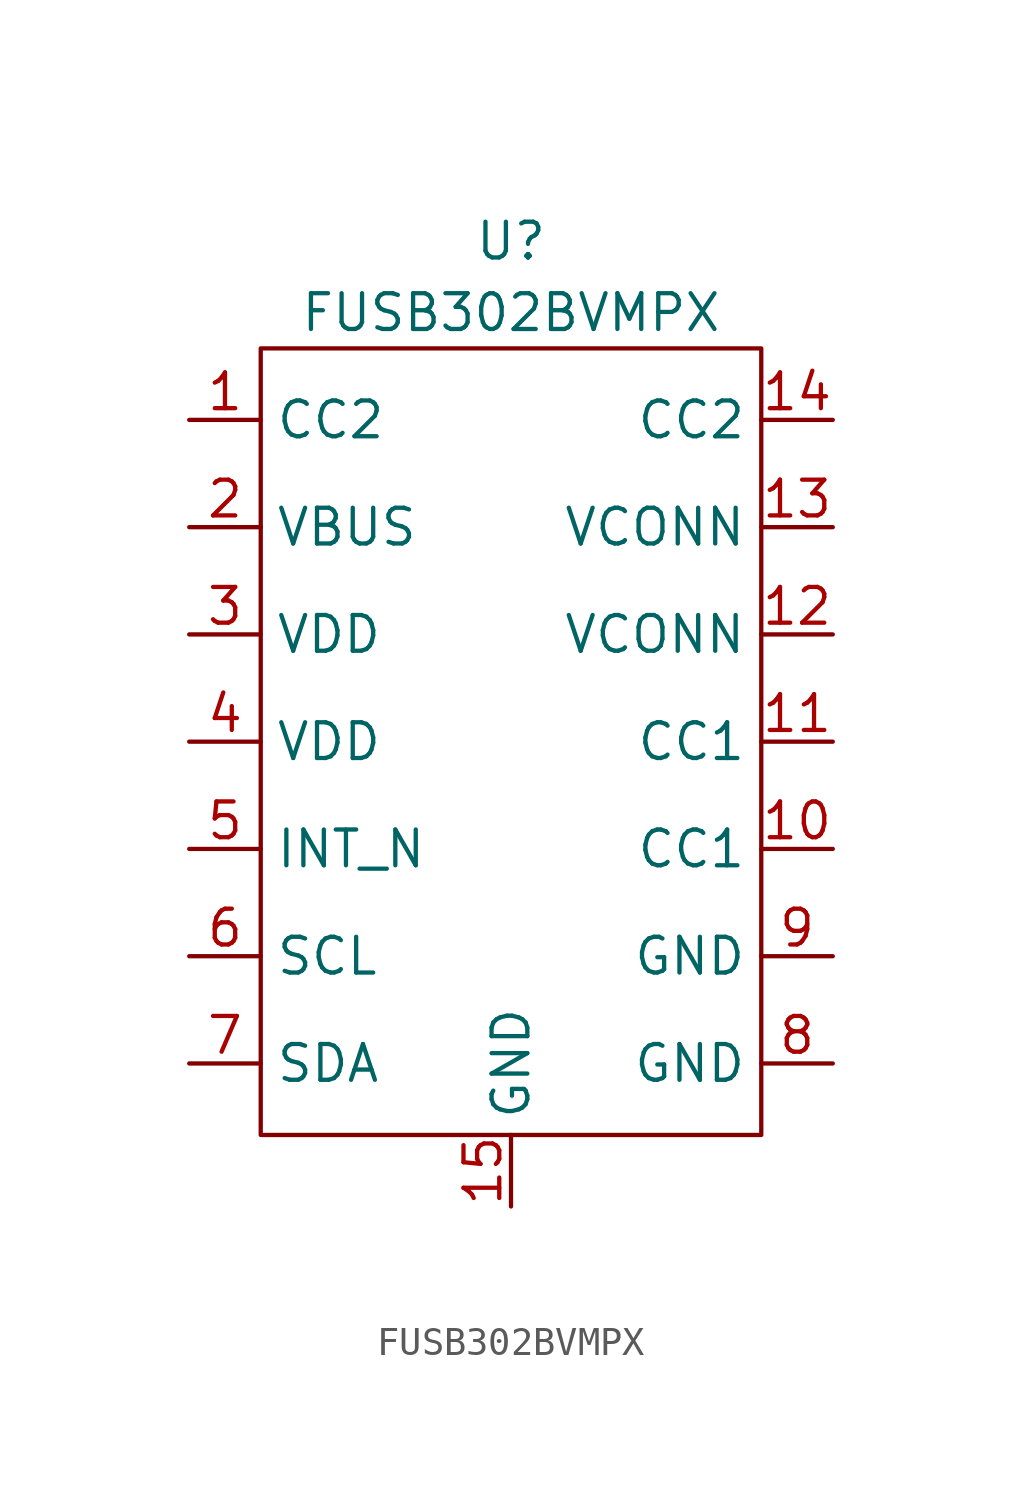
<source format=kicad_sym>
(kicad_symbol_lib
  (version 20211014)
  (generator kicad_symbol_editor)
  (symbol "FUSB302BVMPX"
    (property "Reference" "U"
      (at 0 3.81 0)
      (effects (font (size 1.27 1.27))))
    (property "Value" "FUSB302BVMPX"
      (at 0 1.27 0)
      (effects (font (size 1.27 1.27))))
    (symbol "FUSB302BVMPX_0_1"
      (rectangle (start -8.89 0) (end 8.89 -27.94) (stroke (width 0.152) (type default) (color 0 0 0 0)) (fill (type none))))
    (symbol "FUSB302BVMPX_1_1"
      (pin input line (at -11.43 -2.54 0) (length 2.54) (name "CC2" (effects (font (size 1.27 1.27)))) (number "1" (effects (font (size 1.27 1.27)))))
      (pin input line (at 11.43 -17.78 180) (length 2.54) (name "CC1" (effects (font (size 1.27 1.27)))) (number "10" (effects (font (size 1.27 1.27)))))
      (pin input line (at 11.43 -13.97 180) (length 2.54) (name "CC1" (effects (font (size 1.27 1.27)))) (number "11" (effects (font (size 1.27 1.27)))))
      (pin input line (at 11.43 -10.16 180) (length 2.54) (name "VCONN" (effects (font (size 1.27 1.27)))) (number "12" (effects (font (size 1.27 1.27)))))
      (pin input line (at 11.43 -6.35 180) (length 2.54) (name "VCONN" (effects (font (size 1.27 1.27)))) (number "13" (effects (font (size 1.27 1.27)))))
      (pin input line (at 11.43 -2.54 180) (length 2.54) (name "CC2" (effects (font (size 1.27 1.27)))) (number "14" (effects (font (size 1.27 1.27)))))
      (pin input line (at 0 -30.48 90) (length 2.54) (name "GND" (effects (font (size 1.27 1.27)))) (number "15" (effects (font (size 1.27 1.27)))))
      (pin input line (at -11.43 -6.35 0) (length 2.54) (name "VBUS" (effects (font (size 1.27 1.27)))) (number "2" (effects (font (size 1.27 1.27)))))
      (pin input line (at -11.43 -10.16 0) (length 2.54) (name "VDD" (effects (font (size 1.27 1.27)))) (number "3" (effects (font (size 1.27 1.27)))))
      (pin input line (at -11.43 -13.97 0) (length 2.54) (name "VDD" (effects (font (size 1.27 1.27)))) (number "4" (effects (font (size 1.27 1.27)))))
      (pin input line (at -11.43 -17.78 0) (length 2.54) (name "INT_N" (effects (font (size 1.27 1.27)))) (number "5" (effects (font (size 1.27 1.27)))))
      (pin input line (at -11.43 -21.59 0) (length 2.54) (name "SCL" (effects (font (size 1.27 1.27)))) (number "6" (effects (font (size 1.27 1.27)))))
      (pin input line (at -11.43 -25.4 0) (length 2.54) (name "SDA" (effects (font (size 1.27 1.27)))) (number "7" (effects (font (size 1.27 1.27)))))
      (pin input line (at 11.43 -25.4 180) (length 2.54) (name "GND" (effects (font (size 1.27 1.27)))) (number "8" (effects (font (size 1.27 1.27)))))
      (pin input line (at 11.43 -21.59 180) (length 2.54) (name "GND" (effects (font (size 1.27 1.27)))) (number "9" (effects (font (size 1.27 1.27))))))))
</source>
